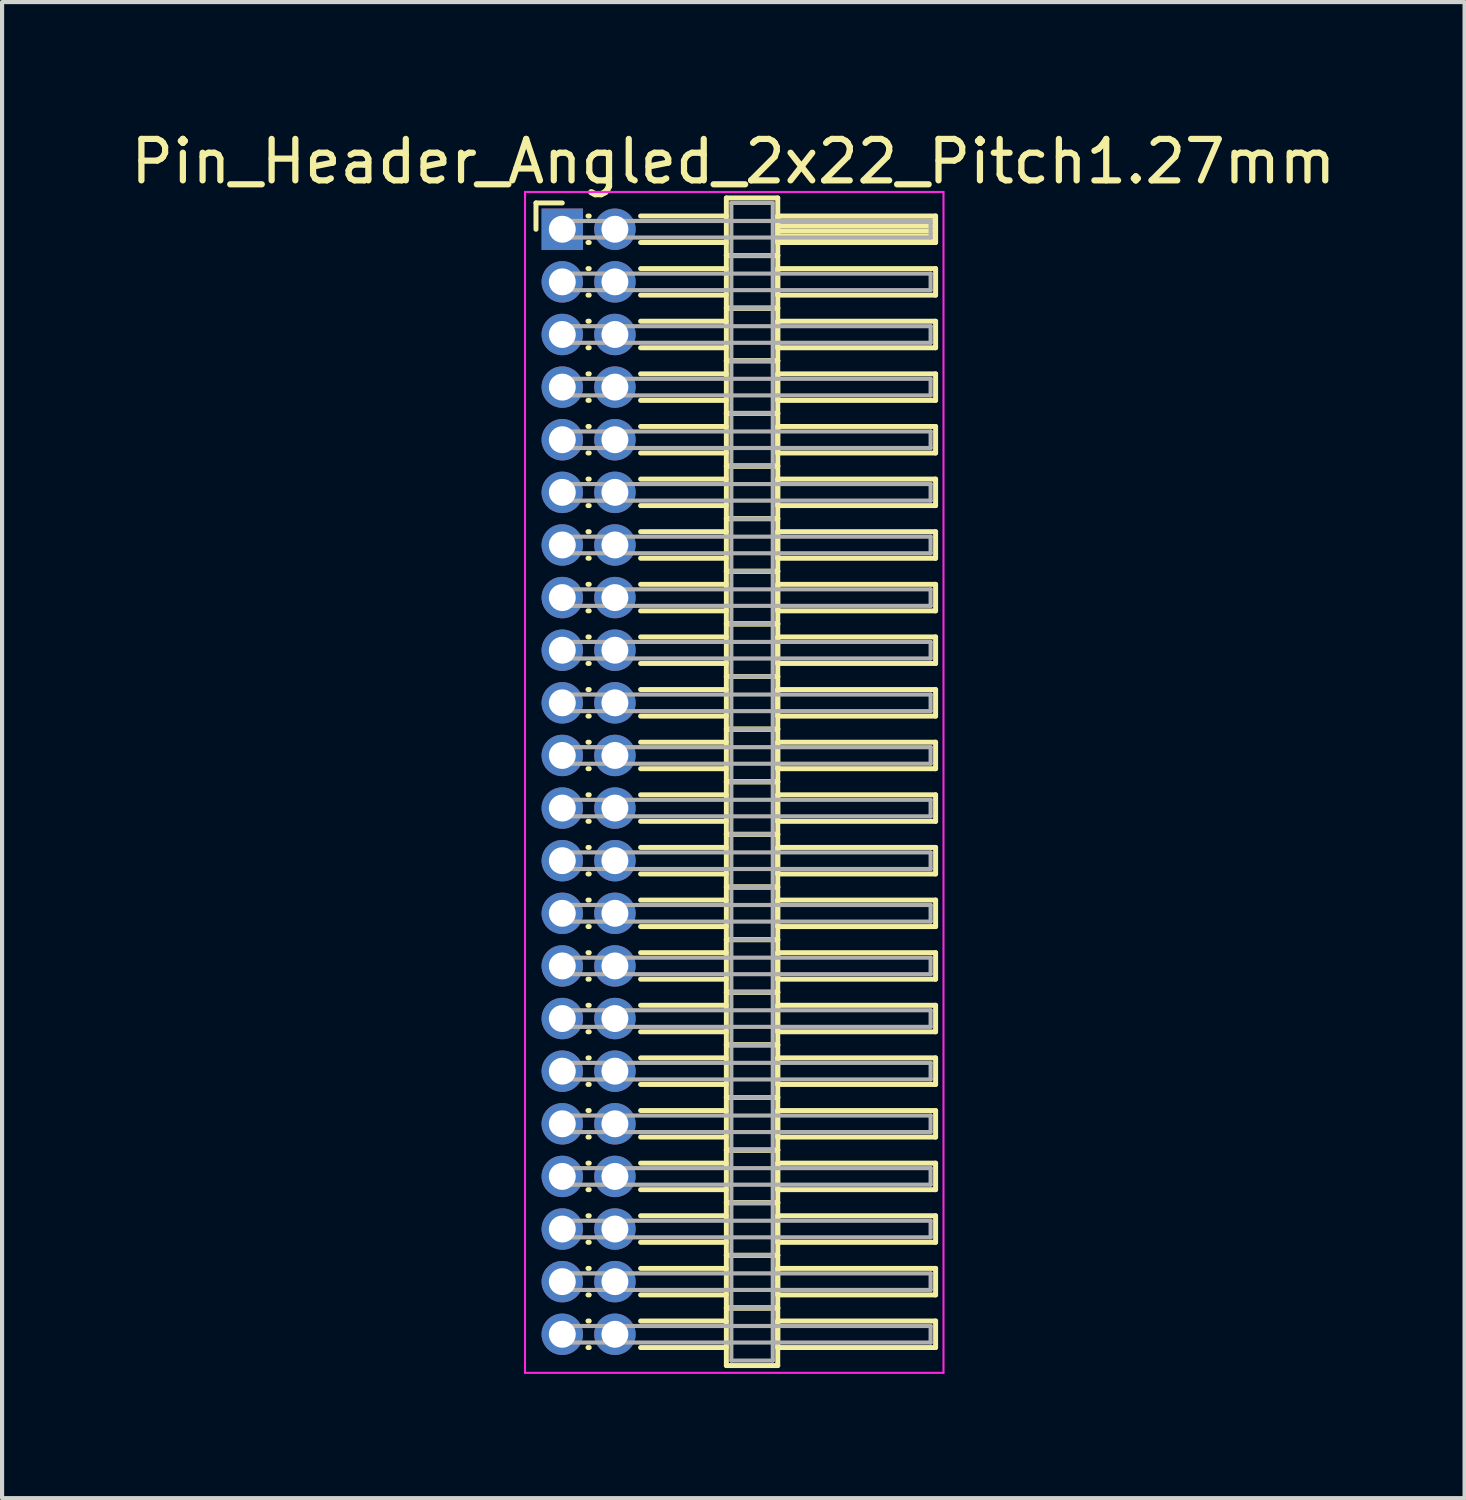
<source format=kicad_pcb>
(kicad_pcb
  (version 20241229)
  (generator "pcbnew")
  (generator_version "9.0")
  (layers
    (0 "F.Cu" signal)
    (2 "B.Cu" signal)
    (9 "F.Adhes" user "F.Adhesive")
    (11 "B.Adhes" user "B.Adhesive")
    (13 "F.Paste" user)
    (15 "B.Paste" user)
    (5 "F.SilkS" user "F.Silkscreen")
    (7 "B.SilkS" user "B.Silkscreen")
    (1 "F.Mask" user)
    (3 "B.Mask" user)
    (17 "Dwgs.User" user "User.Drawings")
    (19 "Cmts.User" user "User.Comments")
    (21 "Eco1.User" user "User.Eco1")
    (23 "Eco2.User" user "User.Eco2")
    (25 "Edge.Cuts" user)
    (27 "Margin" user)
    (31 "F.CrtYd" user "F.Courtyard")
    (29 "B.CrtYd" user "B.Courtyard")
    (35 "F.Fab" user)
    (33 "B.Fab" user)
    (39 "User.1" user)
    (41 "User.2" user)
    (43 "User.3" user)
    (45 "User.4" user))
  (footprint "Pin_Header_Angled_2x22_Pitch1.27mm"
    (layer "F.Cu")
    (at 10.521 2.483)
    (property "Reference" "Pin_Header_Angled_2x22_Pitch1.27mm" (at 4.128 -1.635 0) (layer "F.SilkS") (effects (font (size 1 1) (thickness 0.15))))
    (attr through_hole)
    (fp_line (start -0.635 -0.635) (end 0 -0.635) (stroke (width 0.12) (type solid)) (layer "F.SilkS"))
    (fp_line (start -0.635 0) (end -0.635 -0.635) (stroke (width 0.12) (type solid)) (layer "F.SilkS"))
    (fp_line (start 0.62 -0.32) (end 0.65 -0.32) (stroke (width 0.12) (type solid)) (layer "F.SilkS"))
    (fp_line (start 0.62 0.32) (end 0.65 0.32) (stroke (width 0.12) (type solid)) (layer "F.SilkS"))
    (fp_line (start 0.62 0.95) (end 0.65 0.95) (stroke (width 0.12) (type solid)) (layer "F.SilkS"))
    (fp_line (start 0.62 1.59) (end 0.65 1.59) (stroke (width 0.12) (type solid)) (layer "F.SilkS"))
    (fp_line (start 0.62 2.22) (end 0.65 2.22) (stroke (width 0.12) (type solid)) (layer "F.SilkS"))
    (fp_line (start 0.62 2.86) (end 0.65 2.86) (stroke (width 0.12) (type solid)) (layer "F.SilkS"))
    (fp_line (start 0.62 3.49) (end 0.65 3.49) (stroke (width 0.12) (type solid)) (layer "F.SilkS"))
    (fp_line (start 0.62 4.13) (end 0.65 4.13) (stroke (width 0.12) (type solid)) (layer "F.SilkS"))
    (fp_line (start 0.62 4.76) (end 0.65 4.76) (stroke (width 0.12) (type solid)) (layer "F.SilkS"))
    (fp_line (start 0.62 5.4) (end 0.65 5.4) (stroke (width 0.12) (type solid)) (layer "F.SilkS"))
    (fp_line (start 0.62 6.03) (end 0.65 6.03) (stroke (width 0.12) (type solid)) (layer "F.SilkS"))
    (fp_line (start 0.62 6.67) (end 0.65 6.67) (stroke (width 0.12) (type solid)) (layer "F.SilkS"))
    (fp_line (start 0.62 7.3) (end 0.65 7.3) (stroke (width 0.12) (type solid)) (layer "F.SilkS"))
    (fp_line (start 0.62 7.94) (end 0.65 7.94) (stroke (width 0.12) (type solid)) (layer "F.SilkS"))
    (fp_line (start 0.62 8.57) (end 0.65 8.57) (stroke (width 0.12) (type solid)) (layer "F.SilkS"))
    (fp_line (start 0.62 9.21) (end 0.65 9.21) (stroke (width 0.12) (type solid)) (layer "F.SilkS"))
    (fp_line (start 0.62 9.84) (end 0.65 9.84) (stroke (width 0.12) (type solid)) (layer "F.SilkS"))
    (fp_line (start 0.62 10.48) (end 0.65 10.48) (stroke (width 0.12) (type solid)) (layer "F.SilkS"))
    (fp_line (start 0.62 11.11) (end 0.65 11.11) (stroke (width 0.12) (type solid)) (layer "F.SilkS"))
    (fp_line (start 0.62 11.75) (end 0.65 11.75) (stroke (width 0.12) (type solid)) (layer "F.SilkS"))
    (fp_line (start 0.62 12.38) (end 0.65 12.38) (stroke (width 0.12) (type solid)) (layer "F.SilkS"))
    (fp_line (start 0.62 13.02) (end 0.65 13.02) (stroke (width 0.12) (type solid)) (layer "F.SilkS"))
    (fp_line (start 0.62 13.65) (end 0.65 13.65) (stroke (width 0.12) (type solid)) (layer "F.SilkS"))
    (fp_line (start 0.62 14.29) (end 0.65 14.29) (stroke (width 0.12) (type solid)) (layer "F.SilkS"))
    (fp_line (start 0.62 14.92) (end 0.65 14.92) (stroke (width 0.12) (type solid)) (layer "F.SilkS"))
    (fp_line (start 0.62 15.56) (end 0.65 15.56) (stroke (width 0.12) (type solid)) (layer "F.SilkS"))
    (fp_line (start 0.62 16.19) (end 0.65 16.19) (stroke (width 0.12) (type solid)) (layer "F.SilkS"))
    (fp_line (start 0.62 16.83) (end 0.65 16.83) (stroke (width 0.12) (type solid)) (layer "F.SilkS"))
    (fp_line (start 0.62 17.46) (end 0.65 17.46) (stroke (width 0.12) (type solid)) (layer "F.SilkS"))
    (fp_line (start 0.62 18.1) (end 0.65 18.1) (stroke (width 0.12) (type solid)) (layer "F.SilkS"))
    (fp_line (start 0.62 18.73) (end 0.65 18.73) (stroke (width 0.12) (type solid)) (layer "F.SilkS"))
    (fp_line (start 0.62 19.37) (end 0.65 19.37) (stroke (width 0.12) (type solid)) (layer "F.SilkS"))
    (fp_line (start 0.62 20) (end 0.65 20) (stroke (width 0.12) (type solid)) (layer "F.SilkS"))
    (fp_line (start 0.62 20.64) (end 0.65 20.64) (stroke (width 0.12) (type solid)) (layer "F.SilkS"))
    (fp_line (start 0.62 21.27) (end 0.65 21.27) (stroke (width 0.12) (type solid)) (layer "F.SilkS"))
    (fp_line (start 0.62 21.91) (end 0.65 21.91) (stroke (width 0.12) (type solid)) (layer "F.SilkS"))
    (fp_line (start 0.62 22.54) (end 0.65 22.54) (stroke (width 0.12) (type solid)) (layer "F.SilkS"))
    (fp_line (start 0.62 23.18) (end 0.65 23.18) (stroke (width 0.12) (type solid)) (layer "F.SilkS"))
    (fp_line (start 0.62 23.81) (end 0.65 23.81) (stroke (width 0.12) (type solid)) (layer "F.SilkS"))
    (fp_line (start 0.62 24.45) (end 0.65 24.45) (stroke (width 0.12) (type solid)) (layer "F.SilkS"))
    (fp_line (start 0.62 25.08) (end 0.65 25.08) (stroke (width 0.12) (type solid)) (layer "F.SilkS"))
    (fp_line (start 0.62 25.72) (end 0.65 25.72) (stroke (width 0.12) (type solid)) (layer "F.SilkS"))
    (fp_line (start 0.62 26.35) (end 0.65 26.35) (stroke (width 0.12) (type solid)) (layer "F.SilkS"))
    (fp_line (start 0.62 26.99) (end 0.65 26.99) (stroke (width 0.12) (type solid)) (layer "F.SilkS"))
    (fp_line (start 1.89 -0.32) (end 3.96 -0.32) (stroke (width 0.12) (type solid)) (layer "F.SilkS"))
    (fp_line (start 1.89 0.32) (end 3.96 0.32) (stroke (width 0.12) (type solid)) (layer "F.SilkS"))
    (fp_line (start 1.89 0.95) (end 3.96 0.95) (stroke (width 0.12) (type solid)) (layer "F.SilkS"))
    (fp_line (start 1.89 1.59) (end 3.96 1.59) (stroke (width 0.12) (type solid)) (layer "F.SilkS"))
    (fp_line (start 1.89 2.22) (end 3.96 2.22) (stroke (width 0.12) (type solid)) (layer "F.SilkS"))
    (fp_line (start 1.89 2.86) (end 3.96 2.86) (stroke (width 0.12) (type solid)) (layer "F.SilkS"))
    (fp_line (start 1.89 3.49) (end 3.96 3.49) (stroke (width 0.12) (type solid)) (layer "F.SilkS"))
    (fp_line (start 1.89 4.13) (end 3.96 4.13) (stroke (width 0.12) (type solid)) (layer "F.SilkS"))
    (fp_line (start 1.89 4.76) (end 3.96 4.76) (stroke (width 0.12) (type solid)) (layer "F.SilkS"))
    (fp_line (start 1.89 5.4) (end 3.96 5.4) (stroke (width 0.12) (type solid)) (layer "F.SilkS"))
    (fp_line (start 1.89 6.03) (end 3.96 6.03) (stroke (width 0.12) (type solid)) (layer "F.SilkS"))
    (fp_line (start 1.89 6.67) (end 3.96 6.67) (stroke (width 0.12) (type solid)) (layer "F.SilkS"))
    (fp_line (start 1.89 7.3) (end 3.96 7.3) (stroke (width 0.12) (type solid)) (layer "F.SilkS"))
    (fp_line (start 1.89 7.94) (end 3.96 7.94) (stroke (width 0.12) (type solid)) (layer "F.SilkS"))
    (fp_line (start 1.89 8.57) (end 3.96 8.57) (stroke (width 0.12) (type solid)) (layer "F.SilkS"))
    (fp_line (start 1.89 9.21) (end 3.96 9.21) (stroke (width 0.12) (type solid)) (layer "F.SilkS"))
    (fp_line (start 1.89 9.84) (end 3.96 9.84) (stroke (width 0.12) (type solid)) (layer "F.SilkS"))
    (fp_line (start 1.89 10.48) (end 3.96 10.48) (stroke (width 0.12) (type solid)) (layer "F.SilkS"))
    (fp_line (start 1.89 11.11) (end 3.96 11.11) (stroke (width 0.12) (type solid)) (layer "F.SilkS"))
    (fp_line (start 1.89 11.75) (end 3.96 11.75) (stroke (width 0.12) (type solid)) (layer "F.SilkS"))
    (fp_line (start 1.89 12.38) (end 3.96 12.38) (stroke (width 0.12) (type solid)) (layer "F.SilkS"))
    (fp_line (start 1.89 13.02) (end 3.96 13.02) (stroke (width 0.12) (type solid)) (layer "F.SilkS"))
    (fp_line (start 1.89 13.65) (end 3.96 13.65) (stroke (width 0.12) (type solid)) (layer "F.SilkS"))
    (fp_line (start 1.89 14.29) (end 3.96 14.29) (stroke (width 0.12) (type solid)) (layer "F.SilkS"))
    (fp_line (start 1.89 14.92) (end 3.96 14.92) (stroke (width 0.12) (type solid)) (layer "F.SilkS"))
    (fp_line (start 1.89 15.56) (end 3.96 15.56) (stroke (width 0.12) (type solid)) (layer "F.SilkS"))
    (fp_line (start 1.89 16.19) (end 3.96 16.19) (stroke (width 0.12) (type solid)) (layer "F.SilkS"))
    (fp_line (start 1.89 16.83) (end 3.96 16.83) (stroke (width 0.12) (type solid)) (layer "F.SilkS"))
    (fp_line (start 1.89 17.46) (end 3.96 17.46) (stroke (width 0.12) (type solid)) (layer "F.SilkS"))
    (fp_line (start 1.89 18.1) (end 3.96 18.1) (stroke (width 0.12) (type solid)) (layer "F.SilkS"))
    (fp_line (start 1.89 18.73) (end 3.96 18.73) (stroke (width 0.12) (type solid)) (layer "F.SilkS"))
    (fp_line (start 1.89 19.37) (end 3.96 19.37) (stroke (width 0.12) (type solid)) (layer "F.SilkS"))
    (fp_line (start 1.89 20) (end 3.96 20) (stroke (width 0.12) (type solid)) (layer "F.SilkS"))
    (fp_line (start 1.89 20.64) (end 3.96 20.64) (stroke (width 0.12) (type solid)) (layer "F.SilkS"))
    (fp_line (start 1.89 21.27) (end 3.96 21.27) (stroke (width 0.12) (type solid)) (layer "F.SilkS"))
    (fp_line (start 1.89 21.91) (end 3.96 21.91) (stroke (width 0.12) (type solid)) (layer "F.SilkS"))
    (fp_line (start 1.89 22.54) (end 3.96 22.54) (stroke (width 0.12) (type solid)) (layer "F.SilkS"))
    (fp_line (start 1.89 23.18) (end 3.96 23.18) (stroke (width 0.12) (type solid)) (layer "F.SilkS"))
    (fp_line (start 1.89 23.81) (end 3.96 23.81) (stroke (width 0.12) (type solid)) (layer "F.SilkS"))
    (fp_line (start 1.89 24.45) (end 3.96 24.45) (stroke (width 0.12) (type solid)) (layer "F.SilkS"))
    (fp_line (start 1.89 25.08) (end 3.96 25.08) (stroke (width 0.12) (type solid)) (layer "F.SilkS"))
    (fp_line (start 1.89 25.72) (end 3.96 25.72) (stroke (width 0.12) (type solid)) (layer "F.SilkS"))
    (fp_line (start 1.89 26.35) (end 3.96 26.35) (stroke (width 0.12) (type solid)) (layer "F.SilkS"))
    (fp_line (start 1.89 26.99) (end 3.96 26.99) (stroke (width 0.12) (type solid)) (layer "F.SilkS"))
    (fp_line (start 3.96 -0.755) (end 3.96 0.635) (stroke (width 0.12) (type solid)) (layer "F.SilkS"))
    (fp_line (start 3.96 0.635) (end 3.96 1.905) (stroke (width 0.12) (type solid)) (layer "F.SilkS"))
    (fp_line (start 3.96 0.635) (end 5.2 0.635) (stroke (width 0.12) (type solid)) (layer "F.SilkS"))
    (fp_line (start 3.96 1.905) (end 3.96 3.175) (stroke (width 0.12) (type solid)) (layer "F.SilkS"))
    (fp_line (start 3.96 1.905) (end 5.2 1.905) (stroke (width 0.12) (type solid)) (layer "F.SilkS"))
    (fp_line (start 3.96 3.175) (end 3.96 4.445) (stroke (width 0.12) (type solid)) (layer "F.SilkS"))
    (fp_line (start 3.96 3.175) (end 5.2 3.175) (stroke (width 0.12) (type solid)) (layer "F.SilkS"))
    (fp_line (start 3.96 4.445) (end 3.96 5.715) (stroke (width 0.12) (type solid)) (layer "F.SilkS"))
    (fp_line (start 3.96 4.445) (end 5.2 4.445) (stroke (width 0.12) (type solid)) (layer "F.SilkS"))
    (fp_line (start 3.96 5.715) (end 3.96 6.985) (stroke (width 0.12) (type solid)) (layer "F.SilkS"))
    (fp_line (start 3.96 5.715) (end 5.2 5.715) (stroke (width 0.12) (type solid)) (layer "F.SilkS"))
    (fp_line (start 3.96 6.985) (end 3.96 8.255) (stroke (width 0.12) (type solid)) (layer "F.SilkS"))
    (fp_line (start 3.96 6.985) (end 5.2 6.985) (stroke (width 0.12) (type solid)) (layer "F.SilkS"))
    (fp_line (start 3.96 8.255) (end 3.96 9.525) (stroke (width 0.12) (type solid)) (layer "F.SilkS"))
    (fp_line (start 3.96 8.255) (end 5.2 8.255) (stroke (width 0.12) (type solid)) (layer "F.SilkS"))
    (fp_line (start 3.96 9.525) (end 3.96 10.795) (stroke (width 0.12) (type solid)) (layer "F.SilkS"))
    (fp_line (start 3.96 9.525) (end 5.2 9.525) (stroke (width 0.12) (type solid)) (layer "F.SilkS"))
    (fp_line (start 3.96 10.795) (end 3.96 12.065) (stroke (width 0.12) (type solid)) (layer "F.SilkS"))
    (fp_line (start 3.96 10.795) (end 5.2 10.795) (stroke (width 0.12) (type solid)) (layer "F.SilkS"))
    (fp_line (start 3.96 12.065) (end 3.96 13.335) (stroke (width 0.12) (type solid)) (layer "F.SilkS"))
    (fp_line (start 3.96 12.065) (end 5.2 12.065) (stroke (width 0.12) (type solid)) (layer "F.SilkS"))
    (fp_line (start 3.96 13.335) (end 3.96 14.605) (stroke (width 0.12) (type solid)) (layer "F.SilkS"))
    (fp_line (start 3.96 13.335) (end 5.2 13.335) (stroke (width 0.12) (type solid)) (layer "F.SilkS"))
    (fp_line (start 3.96 14.605) (end 3.96 15.875) (stroke (width 0.12) (type solid)) (layer "F.SilkS"))
    (fp_line (start 3.96 14.605) (end 5.2 14.605) (stroke (width 0.12) (type solid)) (layer "F.SilkS"))
    (fp_line (start 3.96 15.875) (end 3.96 17.145) (stroke (width 0.12) (type solid)) (layer "F.SilkS"))
    (fp_line (start 3.96 15.875) (end 5.2 15.875) (stroke (width 0.12) (type solid)) (layer "F.SilkS"))
    (fp_line (start 3.96 17.145) (end 3.96 18.415) (stroke (width 0.12) (type solid)) (layer "F.SilkS"))
    (fp_line (start 3.96 17.145) (end 5.2 17.145) (stroke (width 0.12) (type solid)) (layer "F.SilkS"))
    (fp_line (start 3.96 18.415) (end 3.96 19.685) (stroke (width 0.12) (type solid)) (layer "F.SilkS"))
    (fp_line (start 3.96 18.415) (end 5.2 18.415) (stroke (width 0.12) (type solid)) (layer "F.SilkS"))
    (fp_line (start 3.96 19.685) (end 3.96 20.955) (stroke (width 0.12) (type solid)) (layer "F.SilkS"))
    (fp_line (start 3.96 19.685) (end 5.2 19.685) (stroke (width 0.12) (type solid)) (layer "F.SilkS"))
    (fp_line (start 3.96 20.955) (end 3.96 22.225) (stroke (width 0.12) (type solid)) (layer "F.SilkS"))
    (fp_line (start 3.96 20.955) (end 5.2 20.955) (stroke (width 0.12) (type solid)) (layer "F.SilkS"))
    (fp_line (start 3.96 22.225) (end 3.96 23.495) (stroke (width 0.12) (type solid)) (layer "F.SilkS"))
    (fp_line (start 3.96 22.225) (end 5.2 22.225) (stroke (width 0.12) (type solid)) (layer "F.SilkS"))
    (fp_line (start 3.96 23.495) (end 3.96 24.765) (stroke (width 0.12) (type solid)) (layer "F.SilkS"))
    (fp_line (start 3.96 23.495) (end 5.2 23.495) (stroke (width 0.12) (type solid)) (layer "F.SilkS"))
    (fp_line (start 3.96 24.765) (end 3.96 26.035) (stroke (width 0.12) (type solid)) (layer "F.SilkS"))
    (fp_line (start 3.96 24.765) (end 5.2 24.765) (stroke (width 0.12) (type solid)) (layer "F.SilkS"))
    (fp_line (start 3.96 26.035) (end 3.96 27.425) (stroke (width 0.12) (type solid)) (layer "F.SilkS"))
    (fp_line (start 3.96 26.035) (end 5.2 26.035) (stroke (width 0.12) (type solid)) (layer "F.SilkS"))
    (fp_line (start 3.96 27.425) (end 5.2 27.425) (stroke (width 0.12) (type solid)) (layer "F.SilkS"))
    (fp_line (start 5.2 -0.755) (end 3.96 -0.755) (stroke (width 0.12) (type solid)) (layer "F.SilkS"))
    (fp_line (start 5.2 -0.32) (end 5.2 0.32) (stroke (width 0.12) (type solid)) (layer "F.SilkS"))
    (fp_line (start 5.2 -0.2) (end 9.01 -0.2) (stroke (width 0.12) (type solid)) (layer "F.SilkS"))
    (fp_line (start 5.2 -0.08) (end 9.01 -0.08) (stroke (width 0.12) (type solid)) (layer "F.SilkS"))
    (fp_line (start 5.2 0.04) (end 9.01 0.04) (stroke (width 0.12) (type solid)) (layer "F.SilkS"))
    (fp_line (start 5.2 0.16) (end 9.01 0.16) (stroke (width 0.12) (type solid)) (layer "F.SilkS"))
    (fp_line (start 5.2 0.28) (end 9.01 0.28) (stroke (width 0.12) (type solid)) (layer "F.SilkS"))
    (fp_line (start 5.2 0.32) (end 9.01 0.32) (stroke (width 0.12) (type solid)) (layer "F.SilkS"))
    (fp_line (start 5.2 0.635) (end 3.96 0.635) (stroke (width 0.12) (type solid)) (layer "F.SilkS"))
    (fp_line (start 5.2 0.635) (end 5.2 -0.755) (stroke (width 0.12) (type solid)) (layer "F.SilkS"))
    (fp_line (start 5.2 0.95) (end 5.2 1.59) (stroke (width 0.12) (type solid)) (layer "F.SilkS"))
    (fp_line (start 5.2 1.59) (end 9.01 1.59) (stroke (width 0.12) (type solid)) (layer "F.SilkS"))
    (fp_line (start 5.2 1.905) (end 3.96 1.905) (stroke (width 0.12) (type solid)) (layer "F.SilkS"))
    (fp_line (start 5.2 1.905) (end 5.2 0.635) (stroke (width 0.12) (type solid)) (layer "F.SilkS"))
    (fp_line (start 5.2 2.22) (end 5.2 2.86) (stroke (width 0.12) (type solid)) (layer "F.SilkS"))
    (fp_line (start 5.2 2.86) (end 9.01 2.86) (stroke (width 0.12) (type solid)) (layer "F.SilkS"))
    (fp_line (start 5.2 3.175) (end 3.96 3.175) (stroke (width 0.12) (type solid)) (layer "F.SilkS"))
    (fp_line (start 5.2 3.175) (end 5.2 1.905) (stroke (width 0.12) (type solid)) (layer "F.SilkS"))
    (fp_line (start 5.2 3.49) (end 5.2 4.13) (stroke (width 0.12) (type solid)) (layer "F.SilkS"))
    (fp_line (start 5.2 4.13) (end 9.01 4.13) (stroke (width 0.12) (type solid)) (layer "F.SilkS"))
    (fp_line (start 5.2 4.445) (end 3.96 4.445) (stroke (width 0.12) (type solid)) (layer "F.SilkS"))
    (fp_line (start 5.2 4.445) (end 5.2 3.175) (stroke (width 0.12) (type solid)) (layer "F.SilkS"))
    (fp_line (start 5.2 4.76) (end 5.2 5.4) (stroke (width 0.12) (type solid)) (layer "F.SilkS"))
    (fp_line (start 5.2 5.4) (end 9.01 5.4) (stroke (width 0.12) (type solid)) (layer "F.SilkS"))
    (fp_line (start 5.2 5.715) (end 3.96 5.715) (stroke (width 0.12) (type solid)) (layer "F.SilkS"))
    (fp_line (start 5.2 5.715) (end 5.2 4.445) (stroke (width 0.12) (type solid)) (layer "F.SilkS"))
    (fp_line (start 5.2 6.03) (end 5.2 6.67) (stroke (width 0.12) (type solid)) (layer "F.SilkS"))
    (fp_line (start 5.2 6.67) (end 9.01 6.67) (stroke (width 0.12) (type solid)) (layer "F.SilkS"))
    (fp_line (start 5.2 6.985) (end 3.96 6.985) (stroke (width 0.12) (type solid)) (layer "F.SilkS"))
    (fp_line (start 5.2 6.985) (end 5.2 5.715) (stroke (width 0.12) (type solid)) (layer "F.SilkS"))
    (fp_line (start 5.2 7.3) (end 5.2 7.94) (stroke (width 0.12) (type solid)) (layer "F.SilkS"))
    (fp_line (start 5.2 7.94) (end 9.01 7.94) (stroke (width 0.12) (type solid)) (layer "F.SilkS"))
    (fp_line (start 5.2 8.255) (end 3.96 8.255) (stroke (width 0.12) (type solid)) (layer "F.SilkS"))
    (fp_line (start 5.2 8.255) (end 5.2 6.985) (stroke (width 0.12) (type solid)) (layer "F.SilkS"))
    (fp_line (start 5.2 8.57) (end 5.2 9.21) (stroke (width 0.12) (type solid)) (layer "F.SilkS"))
    (fp_line (start 5.2 9.21) (end 9.01 9.21) (stroke (width 0.12) (type solid)) (layer "F.SilkS"))
    (fp_line (start 5.2 9.525) (end 3.96 9.525) (stroke (width 0.12) (type solid)) (layer "F.SilkS"))
    (fp_line (start 5.2 9.525) (end 5.2 8.255) (stroke (width 0.12) (type solid)) (layer "F.SilkS"))
    (fp_line (start 5.2 9.84) (end 5.2 10.48) (stroke (width 0.12) (type solid)) (layer "F.SilkS"))
    (fp_line (start 5.2 10.48) (end 9.01 10.48) (stroke (width 0.12) (type solid)) (layer "F.SilkS"))
    (fp_line (start 5.2 10.795) (end 3.96 10.795) (stroke (width 0.12) (type solid)) (layer "F.SilkS"))
    (fp_line (start 5.2 10.795) (end 5.2 9.525) (stroke (width 0.12) (type solid)) (layer "F.SilkS"))
    (fp_line (start 5.2 11.11) (end 5.2 11.75) (stroke (width 0.12) (type solid)) (layer "F.SilkS"))
    (fp_line (start 5.2 11.75) (end 9.01 11.75) (stroke (width 0.12) (type solid)) (layer "F.SilkS"))
    (fp_line (start 5.2 12.065) (end 3.96 12.065) (stroke (width 0.12) (type solid)) (layer "F.SilkS"))
    (fp_line (start 5.2 12.065) (end 5.2 10.795) (stroke (width 0.12) (type solid)) (layer "F.SilkS"))
    (fp_line (start 5.2 12.38) (end 5.2 13.02) (stroke (width 0.12) (type solid)) (layer "F.SilkS"))
    (fp_line (start 5.2 13.02) (end 9.01 13.02) (stroke (width 0.12) (type solid)) (layer "F.SilkS"))
    (fp_line (start 5.2 13.335) (end 3.96 13.335) (stroke (width 0.12) (type solid)) (layer "F.SilkS"))
    (fp_line (start 5.2 13.335) (end 5.2 12.065) (stroke (width 0.12) (type solid)) (layer "F.SilkS"))
    (fp_line (start 5.2 13.65) (end 5.2 14.29) (stroke (width 0.12) (type solid)) (layer "F.SilkS"))
    (fp_line (start 5.2 14.29) (end 9.01 14.29) (stroke (width 0.12) (type solid)) (layer "F.SilkS"))
    (fp_line (start 5.2 14.605) (end 3.96 14.605) (stroke (width 0.12) (type solid)) (layer "F.SilkS"))
    (fp_line (start 5.2 14.605) (end 5.2 13.335) (stroke (width 0.12) (type solid)) (layer "F.SilkS"))
    (fp_line (start 5.2 14.92) (end 5.2 15.56) (stroke (width 0.12) (type solid)) (layer "F.SilkS"))
    (fp_line (start 5.2 15.56) (end 9.01 15.56) (stroke (width 0.12) (type solid)) (layer "F.SilkS"))
    (fp_line (start 5.2 15.875) (end 3.96 15.875) (stroke (width 0.12) (type solid)) (layer "F.SilkS"))
    (fp_line (start 5.2 15.875) (end 5.2 14.605) (stroke (width 0.12) (type solid)) (layer "F.SilkS"))
    (fp_line (start 5.2 16.19) (end 5.2 16.83) (stroke (width 0.12) (type solid)) (layer "F.SilkS"))
    (fp_line (start 5.2 16.83) (end 9.01 16.83) (stroke (width 0.12) (type solid)) (layer "F.SilkS"))
    (fp_line (start 5.2 17.145) (end 3.96 17.145) (stroke (width 0.12) (type solid)) (layer "F.SilkS"))
    (fp_line (start 5.2 17.145) (end 5.2 15.875) (stroke (width 0.12) (type solid)) (layer "F.SilkS"))
    (fp_line (start 5.2 17.46) (end 5.2 18.1) (stroke (width 0.12) (type solid)) (layer "F.SilkS"))
    (fp_line (start 5.2 18.1) (end 9.01 18.1) (stroke (width 0.12) (type solid)) (layer "F.SilkS"))
    (fp_line (start 5.2 18.415) (end 3.96 18.415) (stroke (width 0.12) (type solid)) (layer "F.SilkS"))
    (fp_line (start 5.2 18.415) (end 5.2 17.145) (stroke (width 0.12) (type solid)) (layer "F.SilkS"))
    (fp_line (start 5.2 18.73) (end 5.2 19.37) (stroke (width 0.12) (type solid)) (layer "F.SilkS"))
    (fp_line (start 5.2 19.37) (end 9.01 19.37) (stroke (width 0.12) (type solid)) (layer "F.SilkS"))
    (fp_line (start 5.2 19.685) (end 3.96 19.685) (stroke (width 0.12) (type solid)) (layer "F.SilkS"))
    (fp_line (start 5.2 19.685) (end 5.2 18.415) (stroke (width 0.12) (type solid)) (layer "F.SilkS"))
    (fp_line (start 5.2 20) (end 5.2 20.64) (stroke (width 0.12) (type solid)) (layer "F.SilkS"))
    (fp_line (start 5.2 20.64) (end 9.01 20.64) (stroke (width 0.12) (type solid)) (layer "F.SilkS"))
    (fp_line (start 5.2 20.955) (end 3.96 20.955) (stroke (width 0.12) (type solid)) (layer "F.SilkS"))
    (fp_line (start 5.2 20.955) (end 5.2 19.685) (stroke (width 0.12) (type solid)) (layer "F.SilkS"))
    (fp_line (start 5.2 21.27) (end 5.2 21.91) (stroke (width 0.12) (type solid)) (layer "F.SilkS"))
    (fp_line (start 5.2 21.91) (end 9.01 21.91) (stroke (width 0.12) (type solid)) (layer "F.SilkS"))
    (fp_line (start 5.2 22.225) (end 3.96 22.225) (stroke (width 0.12) (type solid)) (layer "F.SilkS"))
    (fp_line (start 5.2 22.225) (end 5.2 20.955) (stroke (width 0.12) (type solid)) (layer "F.SilkS"))
    (fp_line (start 5.2 22.54) (end 5.2 23.18) (stroke (width 0.12) (type solid)) (layer "F.SilkS"))
    (fp_line (start 5.2 23.18) (end 9.01 23.18) (stroke (width 0.12) (type solid)) (layer "F.SilkS"))
    (fp_line (start 5.2 23.495) (end 3.96 23.495) (stroke (width 0.12) (type solid)) (layer "F.SilkS"))
    (fp_line (start 5.2 23.495) (end 5.2 22.225) (stroke (width 0.12) (type solid)) (layer "F.SilkS"))
    (fp_line (start 5.2 23.81) (end 5.2 24.45) (stroke (width 0.12) (type solid)) (layer "F.SilkS"))
    (fp_line (start 5.2 24.45) (end 9.01 24.45) (stroke (width 0.12) (type solid)) (layer "F.SilkS"))
    (fp_line (start 5.2 24.765) (end 3.96 24.765) (stroke (width 0.12) (type solid)) (layer "F.SilkS"))
    (fp_line (start 5.2 24.765) (end 5.2 23.495) (stroke (width 0.12) (type solid)) (layer "F.SilkS"))
    (fp_line (start 5.2 25.08) (end 5.2 25.72) (stroke (width 0.12) (type solid)) (layer "F.SilkS"))
    (fp_line (start 5.2 25.72) (end 9.01 25.72) (stroke (width 0.12) (type solid)) (layer "F.SilkS"))
    (fp_line (start 5.2 26.035) (end 3.96 26.035) (stroke (width 0.12) (type solid)) (layer "F.SilkS"))
    (fp_line (start 5.2 26.035) (end 5.2 24.765) (stroke (width 0.12) (type solid)) (layer "F.SilkS"))
    (fp_line (start 5.2 26.35) (end 5.2 26.99) (stroke (width 0.12) (type solid)) (layer "F.SilkS"))
    (fp_line (start 5.2 26.99) (end 9.01 26.99) (stroke (width 0.12) (type solid)) (layer "F.SilkS"))
    (fp_line (start 5.2 27.425) (end 5.2 26.035) (stroke (width 0.12) (type solid)) (layer "F.SilkS"))
    (fp_line (start 9.01 -0.32) (end 5.2 -0.32) (stroke (width 0.12) (type solid)) (layer "F.SilkS"))
    (fp_line (start 9.01 0.32) (end 9.01 -0.32) (stroke (width 0.12) (type solid)) (layer "F.SilkS"))
    (fp_line (start 9.01 0.95) (end 5.2 0.95) (stroke (width 0.12) (type solid)) (layer "F.SilkS"))
    (fp_line (start 9.01 1.59) (end 9.01 0.95) (stroke (width 0.12) (type solid)) (layer "F.SilkS"))
    (fp_line (start 9.01 2.22) (end 5.2 2.22) (stroke (width 0.12) (type solid)) (layer "F.SilkS"))
    (fp_line (start 9.01 2.86) (end 9.01 2.22) (stroke (width 0.12) (type solid)) (layer "F.SilkS"))
    (fp_line (start 9.01 3.49) (end 5.2 3.49) (stroke (width 0.12) (type solid)) (layer "F.SilkS"))
    (fp_line (start 9.01 4.13) (end 9.01 3.49) (stroke (width 0.12) (type solid)) (layer "F.SilkS"))
    (fp_line (start 9.01 4.76) (end 5.2 4.76) (stroke (width 0.12) (type solid)) (layer "F.SilkS"))
    (fp_line (start 9.01 5.4) (end 9.01 4.76) (stroke (width 0.12) (type solid)) (layer "F.SilkS"))
    (fp_line (start 9.01 6.03) (end 5.2 6.03) (stroke (width 0.12) (type solid)) (layer "F.SilkS"))
    (fp_line (start 9.01 6.67) (end 9.01 6.03) (stroke (width 0.12) (type solid)) (layer "F.SilkS"))
    (fp_line (start 9.01 7.3) (end 5.2 7.3) (stroke (width 0.12) (type solid)) (layer "F.SilkS"))
    (fp_line (start 9.01 7.94) (end 9.01 7.3) (stroke (width 0.12) (type solid)) (layer "F.SilkS"))
    (fp_line (start 9.01 8.57) (end 5.2 8.57) (stroke (width 0.12) (type solid)) (layer "F.SilkS"))
    (fp_line (start 9.01 9.21) (end 9.01 8.57) (stroke (width 0.12) (type solid)) (layer "F.SilkS"))
    (fp_line (start 9.01 9.84) (end 5.2 9.84) (stroke (width 0.12) (type solid)) (layer "F.SilkS"))
    (fp_line (start 9.01 10.48) (end 9.01 9.84) (stroke (width 0.12) (type solid)) (layer "F.SilkS"))
    (fp_line (start 9.01 11.11) (end 5.2 11.11) (stroke (width 0.12) (type solid)) (layer "F.SilkS"))
    (fp_line (start 9.01 11.75) (end 9.01 11.11) (stroke (width 0.12) (type solid)) (layer "F.SilkS"))
    (fp_line (start 9.01 12.38) (end 5.2 12.38) (stroke (width 0.12) (type solid)) (layer "F.SilkS"))
    (fp_line (start 9.01 13.02) (end 9.01 12.38) (stroke (width 0.12) (type solid)) (layer "F.SilkS"))
    (fp_line (start 9.01 13.65) (end 5.2 13.65) (stroke (width 0.12) (type solid)) (layer "F.SilkS"))
    (fp_line (start 9.01 14.29) (end 9.01 13.65) (stroke (width 0.12) (type solid)) (layer "F.SilkS"))
    (fp_line (start 9.01 14.92) (end 5.2 14.92) (stroke (width 0.12) (type solid)) (layer "F.SilkS"))
    (fp_line (start 9.01 15.56) (end 9.01 14.92) (stroke (width 0.12) (type solid)) (layer "F.SilkS"))
    (fp_line (start 9.01 16.19) (end 5.2 16.19) (stroke (width 0.12) (type solid)) (layer "F.SilkS"))
    (fp_line (start 9.01 16.83) (end 9.01 16.19) (stroke (width 0.12) (type solid)) (layer "F.SilkS"))
    (fp_line (start 9.01 17.46) (end 5.2 17.46) (stroke (width 0.12) (type solid)) (layer "F.SilkS"))
    (fp_line (start 9.01 18.1) (end 9.01 17.46) (stroke (width 0.12) (type solid)) (layer "F.SilkS"))
    (fp_line (start 9.01 18.73) (end 5.2 18.73) (stroke (width 0.12) (type solid)) (layer "F.SilkS"))
    (fp_line (start 9.01 19.37) (end 9.01 18.73) (stroke (width 0.12) (type solid)) (layer "F.SilkS"))
    (fp_line (start 9.01 20) (end 5.2 20) (stroke (width 0.12) (type solid)) (layer "F.SilkS"))
    (fp_line (start 9.01 20.64) (end 9.01 20) (stroke (width 0.12) (type solid)) (layer "F.SilkS"))
    (fp_line (start 9.01 21.27) (end 5.2 21.27) (stroke (width 0.12) (type solid)) (layer "F.SilkS"))
    (fp_line (start 9.01 21.91) (end 9.01 21.27) (stroke (width 0.12) (type solid)) (layer "F.SilkS"))
    (fp_line (start 9.01 22.54) (end 5.2 22.54) (stroke (width 0.12) (type solid)) (layer "F.SilkS"))
    (fp_line (start 9.01 23.18) (end 9.01 22.54) (stroke (width 0.12) (type solid)) (layer "F.SilkS"))
    (fp_line (start 9.01 23.81) (end 5.2 23.81) (stroke (width 0.12) (type solid)) (layer "F.SilkS"))
    (fp_line (start 9.01 24.45) (end 9.01 23.81) (stroke (width 0.12) (type solid)) (layer "F.SilkS"))
    (fp_line (start 9.01 25.08) (end 5.2 25.08) (stroke (width 0.12) (type solid)) (layer "F.SilkS"))
    (fp_line (start 9.01 25.72) (end 9.01 25.08) (stroke (width 0.12) (type solid)) (layer "F.SilkS"))
    (fp_line (start 9.01 26.35) (end 5.2 26.35) (stroke (width 0.12) (type solid)) (layer "F.SilkS"))
    (fp_line (start 9.01 26.99) (end 9.01 26.35) (stroke (width 0.12) (type solid)) (layer "F.SilkS"))
    (fp_line (start -0.9 -0.9) (end -0.9 27.6) (stroke (width 0.05) (type solid)) (layer "F.CrtYd"))
    (fp_line (start -0.9 27.6) (end 9.2 27.6) (stroke (width 0.05) (type solid)) (layer "F.CrtYd"))
    (fp_line (start 9.2 -0.9) (end -0.9 -0.9) (stroke (width 0.05) (type solid)) (layer "F.CrtYd"))
    (fp_line (start 9.2 27.6) (end 9.2 -0.9) (stroke (width 0.05) (type solid)) (layer "F.CrtYd"))
    (fp_line (start 0 -0.2) (end 0 0.2) (stroke (width 0.1) (type solid)) (layer "F.Fab"))
    (fp_line (start 0 0.2) (end 8.89 0.2) (stroke (width 0.1) (type solid)) (layer "F.Fab"))
    (fp_line (start 0 1.07) (end 0 1.47) (stroke (width 0.1) (type solid)) (layer "F.Fab"))
    (fp_line (start 0 1.47) (end 8.89 1.47) (stroke (width 0.1) (type solid)) (layer "F.Fab"))
    (fp_line (start 0 2.34) (end 0 2.74) (stroke (width 0.1) (type solid)) (layer "F.Fab"))
    (fp_line (start 0 2.74) (end 8.89 2.74) (stroke (width 0.1) (type solid)) (layer "F.Fab"))
    (fp_line (start 0 3.61) (end 0 4.01) (stroke (width 0.1) (type solid)) (layer "F.Fab"))
    (fp_line (start 0 4.01) (end 8.89 4.01) (stroke (width 0.1) (type solid)) (layer "F.Fab"))
    (fp_line (start 0 4.88) (end 0 5.28) (stroke (width 0.1) (type solid)) (layer "F.Fab"))
    (fp_line (start 0 5.28) (end 8.89 5.28) (stroke (width 0.1) (type solid)) (layer "F.Fab"))
    (fp_line (start 0 6.15) (end 0 6.55) (stroke (width 0.1) (type solid)) (layer "F.Fab"))
    (fp_line (start 0 6.55) (end 8.89 6.55) (stroke (width 0.1) (type solid)) (layer "F.Fab"))
    (fp_line (start 0 7.42) (end 0 7.82) (stroke (width 0.1) (type solid)) (layer "F.Fab"))
    (fp_line (start 0 7.82) (end 8.89 7.82) (stroke (width 0.1) (type solid)) (layer "F.Fab"))
    (fp_line (start 0 8.69) (end 0 9.09) (stroke (width 0.1) (type solid)) (layer "F.Fab"))
    (fp_line (start 0 9.09) (end 8.89 9.09) (stroke (width 0.1) (type solid)) (layer "F.Fab"))
    (fp_line (start 0 9.96) (end 0 10.36) (stroke (width 0.1) (type solid)) (layer "F.Fab"))
    (fp_line (start 0 10.36) (end 8.89 10.36) (stroke (width 0.1) (type solid)) (layer "F.Fab"))
    (fp_line (start 0 11.23) (end 0 11.63) (stroke (width 0.1) (type solid)) (layer "F.Fab"))
    (fp_line (start 0 11.63) (end 8.89 11.63) (stroke (width 0.1) (type solid)) (layer "F.Fab"))
    (fp_line (start 0 12.5) (end 0 12.9) (stroke (width 0.1) (type solid)) (layer "F.Fab"))
    (fp_line (start 0 12.9) (end 8.89 12.9) (stroke (width 0.1) (type solid)) (layer "F.Fab"))
    (fp_line (start 0 13.77) (end 0 14.17) (stroke (width 0.1) (type solid)) (layer "F.Fab"))
    (fp_line (start 0 14.17) (end 8.89 14.17) (stroke (width 0.1) (type solid)) (layer "F.Fab"))
    (fp_line (start 0 15.04) (end 0 15.44) (stroke (width 0.1) (type solid)) (layer "F.Fab"))
    (fp_line (start 0 15.44) (end 8.89 15.44) (stroke (width 0.1) (type solid)) (layer "F.Fab"))
    (fp_line (start 0 16.31) (end 0 16.71) (stroke (width 0.1) (type solid)) (layer "F.Fab"))
    (fp_line (start 0 16.71) (end 8.89 16.71) (stroke (width 0.1) (type solid)) (layer "F.Fab"))
    (fp_line (start 0 17.58) (end 0 17.98) (stroke (width 0.1) (type solid)) (layer "F.Fab"))
    (fp_line (start 0 17.98) (end 8.89 17.98) (stroke (width 0.1) (type solid)) (layer "F.Fab"))
    (fp_line (start 0 18.85) (end 0 19.25) (stroke (width 0.1) (type solid)) (layer "F.Fab"))
    (fp_line (start 0 19.25) (end 8.89 19.25) (stroke (width 0.1) (type solid)) (layer "F.Fab"))
    (fp_line (start 0 20.12) (end 0 20.52) (stroke (width 0.1) (type solid)) (layer "F.Fab"))
    (fp_line (start 0 20.52) (end 8.89 20.52) (stroke (width 0.1) (type solid)) (layer "F.Fab"))
    (fp_line (start 0 21.39) (end 0 21.79) (stroke (width 0.1) (type solid)) (layer "F.Fab"))
    (fp_line (start 0 21.79) (end 8.89 21.79) (stroke (width 0.1) (type solid)) (layer "F.Fab"))
    (fp_line (start 0 22.66) (end 0 23.06) (stroke (width 0.1) (type solid)) (layer "F.Fab"))
    (fp_line (start 0 23.06) (end 8.89 23.06) (stroke (width 0.1) (type solid)) (layer "F.Fab"))
    (fp_line (start 0 23.93) (end 0 24.33) (stroke (width 0.1) (type solid)) (layer "F.Fab"))
    (fp_line (start 0 24.33) (end 8.89 24.33) (stroke (width 0.1) (type solid)) (layer "F.Fab"))
    (fp_line (start 0 25.2) (end 0 25.6) (stroke (width 0.1) (type solid)) (layer "F.Fab"))
    (fp_line (start 0 25.6) (end 8.89 25.6) (stroke (width 0.1) (type solid)) (layer "F.Fab"))
    (fp_line (start 0 26.47) (end 0 26.87) (stroke (width 0.1) (type solid)) (layer "F.Fab"))
    (fp_line (start 0 26.87) (end 8.89 26.87) (stroke (width 0.1) (type solid)) (layer "F.Fab"))
    (fp_line (start 4.08 -0.635) (end 4.08 0.635) (stroke (width 0.1) (type solid)) (layer "F.Fab"))
    (fp_line (start 4.08 0.635) (end 4.08 1.905) (stroke (width 0.1) (type solid)) (layer "F.Fab"))
    (fp_line (start 4.08 0.635) (end 5.08 0.635) (stroke (width 0.1) (type solid)) (layer "F.Fab"))
    (fp_line (start 4.08 1.905) (end 4.08 3.175) (stroke (width 0.1) (type solid)) (layer "F.Fab"))
    (fp_line (start 4.08 1.905) (end 5.08 1.905) (stroke (width 0.1) (type solid)) (layer "F.Fab"))
    (fp_line (start 4.08 3.175) (end 4.08 4.445) (stroke (width 0.1) (type solid)) (layer "F.Fab"))
    (fp_line (start 4.08 3.175) (end 5.08 3.175) (stroke (width 0.1) (type solid)) (layer "F.Fab"))
    (fp_line (start 4.08 4.445) (end 4.08 5.715) (stroke (width 0.1) (type solid)) (layer "F.Fab"))
    (fp_line (start 4.08 4.445) (end 5.08 4.445) (stroke (width 0.1) (type solid)) (layer "F.Fab"))
    (fp_line (start 4.08 5.715) (end 4.08 6.985) (stroke (width 0.1) (type solid)) (layer "F.Fab"))
    (fp_line (start 4.08 5.715) (end 5.08 5.715) (stroke (width 0.1) (type solid)) (layer "F.Fab"))
    (fp_line (start 4.08 6.985) (end 4.08 8.255) (stroke (width 0.1) (type solid)) (layer "F.Fab"))
    (fp_line (start 4.08 6.985) (end 5.08 6.985) (stroke (width 0.1) (type solid)) (layer "F.Fab"))
    (fp_line (start 4.08 8.255) (end 4.08 9.525) (stroke (width 0.1) (type solid)) (layer "F.Fab"))
    (fp_line (start 4.08 8.255) (end 5.08 8.255) (stroke (width 0.1) (type solid)) (layer "F.Fab"))
    (fp_line (start 4.08 9.525) (end 4.08 10.795) (stroke (width 0.1) (type solid)) (layer "F.Fab"))
    (fp_line (start 4.08 9.525) (end 5.08 9.525) (stroke (width 0.1) (type solid)) (layer "F.Fab"))
    (fp_line (start 4.08 10.795) (end 4.08 12.065) (stroke (width 0.1) (type solid)) (layer "F.Fab"))
    (fp_line (start 4.08 10.795) (end 5.08 10.795) (stroke (width 0.1) (type solid)) (layer "F.Fab"))
    (fp_line (start 4.08 12.065) (end 4.08 13.335) (stroke (width 0.1) (type solid)) (layer "F.Fab"))
    (fp_line (start 4.08 12.065) (end 5.08 12.065) (stroke (width 0.1) (type solid)) (layer "F.Fab"))
    (fp_line (start 4.08 13.335) (end 4.08 14.605) (stroke (width 0.1) (type solid)) (layer "F.Fab"))
    (fp_line (start 4.08 13.335) (end 5.08 13.335) (stroke (width 0.1) (type solid)) (layer "F.Fab"))
    (fp_line (start 4.08 14.605) (end 4.08 15.875) (stroke (width 0.1) (type solid)) (layer "F.Fab"))
    (fp_line (start 4.08 14.605) (end 5.08 14.605) (stroke (width 0.1) (type solid)) (layer "F.Fab"))
    (fp_line (start 4.08 15.875) (end 4.08 17.145) (stroke (width 0.1) (type solid)) (layer "F.Fab"))
    (fp_line (start 4.08 15.875) (end 5.08 15.875) (stroke (width 0.1) (type solid)) (layer "F.Fab"))
    (fp_line (start 4.08 17.145) (end 4.08 18.415) (stroke (width 0.1) (type solid)) (layer "F.Fab"))
    (fp_line (start 4.08 17.145) (end 5.08 17.145) (stroke (width 0.1) (type solid)) (layer "F.Fab"))
    (fp_line (start 4.08 18.415) (end 4.08 19.685) (stroke (width 0.1) (type solid)) (layer "F.Fab"))
    (fp_line (start 4.08 18.415) (end 5.08 18.415) (stroke (width 0.1) (type solid)) (layer "F.Fab"))
    (fp_line (start 4.08 19.685) (end 4.08 20.955) (stroke (width 0.1) (type solid)) (layer "F.Fab"))
    (fp_line (start 4.08 19.685) (end 5.08 19.685) (stroke (width 0.1) (type solid)) (layer "F.Fab"))
    (fp_line (start 4.08 20.955) (end 4.08 22.225) (stroke (width 0.1) (type solid)) (layer "F.Fab"))
    (fp_line (start 4.08 20.955) (end 5.08 20.955) (stroke (width 0.1) (type solid)) (layer "F.Fab"))
    (fp_line (start 4.08 22.225) (end 4.08 23.495) (stroke (width 0.1) (type solid)) (layer "F.Fab"))
    (fp_line (start 4.08 22.225) (end 5.08 22.225) (stroke (width 0.1) (type solid)) (layer "F.Fab"))
    (fp_line (start 4.08 23.495) (end 4.08 24.765) (stroke (width 0.1) (type solid)) (layer "F.Fab"))
    (fp_line (start 4.08 23.495) (end 5.08 23.495) (stroke (width 0.1) (type solid)) (layer "F.Fab"))
    (fp_line (start 4.08 24.765) (end 4.08 26.035) (stroke (width 0.1) (type solid)) (layer "F.Fab"))
    (fp_line (start 4.08 24.765) (end 5.08 24.765) (stroke (width 0.1) (type solid)) (layer "F.Fab"))
    (fp_line (start 4.08 26.035) (end 4.08 27.305) (stroke (width 0.1) (type solid)) (layer "F.Fab"))
    (fp_line (start 4.08 26.035) (end 5.08 26.035) (stroke (width 0.1) (type solid)) (layer "F.Fab"))
    (fp_line (start 4.08 27.305) (end 5.08 27.305) (stroke (width 0.1) (type solid)) (layer "F.Fab"))
    (fp_line (start 5.08 -0.635) (end 4.08 -0.635) (stroke (width 0.1) (type solid)) (layer "F.Fab"))
    (fp_line (start 5.08 0.635) (end 4.08 0.635) (stroke (width 0.1) (type solid)) (layer "F.Fab"))
    (fp_line (start 5.08 0.635) (end 5.08 -0.635) (stroke (width 0.1) (type solid)) (layer "F.Fab"))
    (fp_line (start 5.08 1.905) (end 4.08 1.905) (stroke (width 0.1) (type solid)) (layer "F.Fab"))
    (fp_line (start 5.08 1.905) (end 5.08 0.635) (stroke (width 0.1) (type solid)) (layer "F.Fab"))
    (fp_line (start 5.08 3.175) (end 4.08 3.175) (stroke (width 0.1) (type solid)) (layer "F.Fab"))
    (fp_line (start 5.08 3.175) (end 5.08 1.905) (stroke (width 0.1) (type solid)) (layer "F.Fab"))
    (fp_line (start 5.08 4.445) (end 4.08 4.445) (stroke (width 0.1) (type solid)) (layer "F.Fab"))
    (fp_line (start 5.08 4.445) (end 5.08 3.175) (stroke (width 0.1) (type solid)) (layer "F.Fab"))
    (fp_line (start 5.08 5.715) (end 4.08 5.715) (stroke (width 0.1) (type solid)) (layer "F.Fab"))
    (fp_line (start 5.08 5.715) (end 5.08 4.445) (stroke (width 0.1) (type solid)) (layer "F.Fab"))
    (fp_line (start 5.08 6.985) (end 4.08 6.985) (stroke (width 0.1) (type solid)) (layer "F.Fab"))
    (fp_line (start 5.08 6.985) (end 5.08 5.715) (stroke (width 0.1) (type solid)) (layer "F.Fab"))
    (fp_line (start 5.08 8.255) (end 4.08 8.255) (stroke (width 0.1) (type solid)) (layer "F.Fab"))
    (fp_line (start 5.08 8.255) (end 5.08 6.985) (stroke (width 0.1) (type solid)) (layer "F.Fab"))
    (fp_line (start 5.08 9.525) (end 4.08 9.525) (stroke (width 0.1) (type solid)) (layer "F.Fab"))
    (fp_line (start 5.08 9.525) (end 5.08 8.255) (stroke (width 0.1) (type solid)) (layer "F.Fab"))
    (fp_line (start 5.08 10.795) (end 4.08 10.795) (stroke (width 0.1) (type solid)) (layer "F.Fab"))
    (fp_line (start 5.08 10.795) (end 5.08 9.525) (stroke (width 0.1) (type solid)) (layer "F.Fab"))
    (fp_line (start 5.08 12.065) (end 4.08 12.065) (stroke (width 0.1) (type solid)) (layer "F.Fab"))
    (fp_line (start 5.08 12.065) (end 5.08 10.795) (stroke (width 0.1) (type solid)) (layer "F.Fab"))
    (fp_line (start 5.08 13.335) (end 4.08 13.335) (stroke (width 0.1) (type solid)) (layer "F.Fab"))
    (fp_line (start 5.08 13.335) (end 5.08 12.065) (stroke (width 0.1) (type solid)) (layer "F.Fab"))
    (fp_line (start 5.08 14.605) (end 4.08 14.605) (stroke (width 0.1) (type solid)) (layer "F.Fab"))
    (fp_line (start 5.08 14.605) (end 5.08 13.335) (stroke (width 0.1) (type solid)) (layer "F.Fab"))
    (fp_line (start 5.08 15.875) (end 4.08 15.875) (stroke (width 0.1) (type solid)) (layer "F.Fab"))
    (fp_line (start 5.08 15.875) (end 5.08 14.605) (stroke (width 0.1) (type solid)) (layer "F.Fab"))
    (fp_line (start 5.08 17.145) (end 4.08 17.145) (stroke (width 0.1) (type solid)) (layer "F.Fab"))
    (fp_line (start 5.08 17.145) (end 5.08 15.875) (stroke (width 0.1) (type solid)) (layer "F.Fab"))
    (fp_line (start 5.08 18.415) (end 4.08 18.415) (stroke (width 0.1) (type solid)) (layer "F.Fab"))
    (fp_line (start 5.08 18.415) (end 5.08 17.145) (stroke (width 0.1) (type solid)) (layer "F.Fab"))
    (fp_line (start 5.08 19.685) (end 4.08 19.685) (stroke (width 0.1) (type solid)) (layer "F.Fab"))
    (fp_line (start 5.08 19.685) (end 5.08 18.415) (stroke (width 0.1) (type solid)) (layer "F.Fab"))
    (fp_line (start 5.08 20.955) (end 4.08 20.955) (stroke (width 0.1) (type solid)) (layer "F.Fab"))
    (fp_line (start 5.08 20.955) (end 5.08 19.685) (stroke (width 0.1) (type solid)) (layer "F.Fab"))
    (fp_line (start 5.08 22.225) (end 4.08 22.225) (stroke (width 0.1) (type solid)) (layer "F.Fab"))
    (fp_line (start 5.08 22.225) (end 5.08 20.955) (stroke (width 0.1) (type solid)) (layer "F.Fab"))
    (fp_line (start 5.08 23.495) (end 4.08 23.495) (stroke (width 0.1) (type solid)) (layer "F.Fab"))
    (fp_line (start 5.08 23.495) (end 5.08 22.225) (stroke (width 0.1) (type solid)) (layer "F.Fab"))
    (fp_line (start 5.08 24.765) (end 4.08 24.765) (stroke (width 0.1) (type solid)) (layer "F.Fab"))
    (fp_line (start 5.08 24.765) (end 5.08 23.495) (stroke (width 0.1) (type solid)) (layer "F.Fab"))
    (fp_line (start 5.08 26.035) (end 4.08 26.035) (stroke (width 0.1) (type solid)) (layer "F.Fab"))
    (fp_line (start 5.08 26.035) (end 5.08 24.765) (stroke (width 0.1) (type solid)) (layer "F.Fab"))
    (fp_line (start 5.08 27.305) (end 5.08 26.035) (stroke (width 0.1) (type solid)) (layer "F.Fab"))
    (fp_line (start 8.89 -0.2) (end 0 -0.2) (stroke (width 0.1) (type solid)) (layer "F.Fab"))
    (fp_line (start 8.89 0.2) (end 8.89 -0.2) (stroke (width 0.1) (type solid)) (layer "F.Fab"))
    (fp_line (start 8.89 1.07) (end 0 1.07) (stroke (width 0.1) (type solid)) (layer "F.Fab"))
    (fp_line (start 8.89 1.47) (end 8.89 1.07) (stroke (width 0.1) (type solid)) (layer "F.Fab"))
    (fp_line (start 8.89 2.34) (end 0 2.34) (stroke (width 0.1) (type solid)) (layer "F.Fab"))
    (fp_line (start 8.89 2.74) (end 8.89 2.34) (stroke (width 0.1) (type solid)) (layer "F.Fab"))
    (fp_line (start 8.89 3.61) (end 0 3.61) (stroke (width 0.1) (type solid)) (layer "F.Fab"))
    (fp_line (start 8.89 4.01) (end 8.89 3.61) (stroke (width 0.1) (type solid)) (layer "F.Fab"))
    (fp_line (start 8.89 4.88) (end 0 4.88) (stroke (width 0.1) (type solid)) (layer "F.Fab"))
    (fp_line (start 8.89 5.28) (end 8.89 4.88) (stroke (width 0.1) (type solid)) (layer "F.Fab"))
    (fp_line (start 8.89 6.15) (end 0 6.15) (stroke (width 0.1) (type solid)) (layer "F.Fab"))
    (fp_line (start 8.89 6.55) (end 8.89 6.15) (stroke (width 0.1) (type solid)) (layer "F.Fab"))
    (fp_line (start 8.89 7.42) (end 0 7.42) (stroke (width 0.1) (type solid)) (layer "F.Fab"))
    (fp_line (start 8.89 7.82) (end 8.89 7.42) (stroke (width 0.1) (type solid)) (layer "F.Fab"))
    (fp_line (start 8.89 8.69) (end 0 8.69) (stroke (width 0.1) (type solid)) (layer "F.Fab"))
    (fp_line (start 8.89 9.09) (end 8.89 8.69) (stroke (width 0.1) (type solid)) (layer "F.Fab"))
    (fp_line (start 8.89 9.96) (end 0 9.96) (stroke (width 0.1) (type solid)) (layer "F.Fab"))
    (fp_line (start 8.89 10.36) (end 8.89 9.96) (stroke (width 0.1) (type solid)) (layer "F.Fab"))
    (fp_line (start 8.89 11.23) (end 0 11.23) (stroke (width 0.1) (type solid)) (layer "F.Fab"))
    (fp_line (start 8.89 11.63) (end 8.89 11.23) (stroke (width 0.1) (type solid)) (layer "F.Fab"))
    (fp_line (start 8.89 12.5) (end 0 12.5) (stroke (width 0.1) (type solid)) (layer "F.Fab"))
    (fp_line (start 8.89 12.9) (end 8.89 12.5) (stroke (width 0.1) (type solid)) (layer "F.Fab"))
    (fp_line (start 8.89 13.77) (end 0 13.77) (stroke (width 0.1) (type solid)) (layer "F.Fab"))
    (fp_line (start 8.89 14.17) (end 8.89 13.77) (stroke (width 0.1) (type solid)) (layer "F.Fab"))
    (fp_line (start 8.89 15.04) (end 0 15.04) (stroke (width 0.1) (type solid)) (layer "F.Fab"))
    (fp_line (start 8.89 15.44) (end 8.89 15.04) (stroke (width 0.1) (type solid)) (layer "F.Fab"))
    (fp_line (start 8.89 16.31) (end 0 16.31) (stroke (width 0.1) (type solid)) (layer "F.Fab"))
    (fp_line (start 8.89 16.71) (end 8.89 16.31) (stroke (width 0.1) (type solid)) (layer "F.Fab"))
    (fp_line (start 8.89 17.58) (end 0 17.58) (stroke (width 0.1) (type solid)) (layer "F.Fab"))
    (fp_line (start 8.89 17.98) (end 8.89 17.58) (stroke (width 0.1) (type solid)) (layer "F.Fab"))
    (fp_line (start 8.89 18.85) (end 0 18.85) (stroke (width 0.1) (type solid)) (layer "F.Fab"))
    (fp_line (start 8.89 19.25) (end 8.89 18.85) (stroke (width 0.1) (type solid)) (layer "F.Fab"))
    (fp_line (start 8.89 20.12) (end 0 20.12) (stroke (width 0.1) (type solid)) (layer "F.Fab"))
    (fp_line (start 8.89 20.52) (end 8.89 20.12) (stroke (width 0.1) (type solid)) (layer "F.Fab"))
    (fp_line (start 8.89 21.39) (end 0 21.39) (stroke (width 0.1) (type solid)) (layer "F.Fab"))
    (fp_line (start 8.89 21.79) (end 8.89 21.39) (stroke (width 0.1) (type solid)) (layer "F.Fab"))
    (fp_line (start 8.89 22.66) (end 0 22.66) (stroke (width 0.1) (type solid)) (layer "F.Fab"))
    (fp_line (start 8.89 23.06) (end 8.89 22.66) (stroke (width 0.1) (type solid)) (layer "F.Fab"))
    (fp_line (start 8.89 23.93) (end 0 23.93) (stroke (width 0.1) (type solid)) (layer "F.Fab"))
    (fp_line (start 8.89 24.33) (end 8.89 23.93) (stroke (width 0.1) (type solid)) (layer "F.Fab"))
    (fp_line (start 8.89 25.2) (end 0 25.2) (stroke (width 0.1) (type solid)) (layer "F.Fab"))
    (fp_line (start 8.89 25.6) (end 8.89 25.2) (stroke (width 0.1) (type solid)) (layer "F.Fab"))
    (fp_line (start 8.89 26.47) (end 0 26.47) (stroke (width 0.1) (type solid)) (layer "F.Fab"))
    (fp_line (start 8.89 26.87) (end 8.89 26.47) (stroke (width 0.1) (type solid)) (layer "F.Fab"))
    (pad "1" thru_hole rect (at 0 0) (size 1 1) (drill 0.65) (layers "*.Cu" "*.Mask"))
    (pad "2" thru_hole oval (at 1.27 0) (size 1 1) (drill 0.65) (layers "*.Cu" "*.Mask"))
    (pad "3" thru_hole oval (at 0 1.27) (size 1 1) (drill 0.65) (layers "*.Cu" "*.Mask"))
    (pad "4" thru_hole oval (at 1.27 1.27) (size 1 1) (drill 0.65) (layers "*.Cu" "*.Mask"))
    (pad "5" thru_hole oval (at 0 2.54) (size 1 1) (drill 0.65) (layers "*.Cu" "*.Mask"))
    (pad "6" thru_hole oval (at 1.27 2.54) (size 1 1) (drill 0.65) (layers "*.Cu" "*.Mask"))
    (pad "7" thru_hole oval (at 0 3.81) (size 1 1) (drill 0.65) (layers "*.Cu" "*.Mask"))
    (pad "8" thru_hole oval (at 1.27 3.81) (size 1 1) (drill 0.65) (layers "*.Cu" "*.Mask"))
    (pad "9" thru_hole oval (at 0 5.08) (size 1 1) (drill 0.65) (layers "*.Cu" "*.Mask"))
    (pad "10" thru_hole oval (at 1.27 5.08) (size 1 1) (drill 0.65) (layers "*.Cu" "*.Mask"))
    (pad "11" thru_hole oval (at 0 6.35) (size 1 1) (drill 0.65) (layers "*.Cu" "*.Mask"))
    (pad "12" thru_hole oval (at 1.27 6.35) (size 1 1) (drill 0.65) (layers "*.Cu" "*.Mask"))
    (pad "13" thru_hole oval (at 0 7.62) (size 1 1) (drill 0.65) (layers "*.Cu" "*.Mask"))
    (pad "14" thru_hole oval (at 1.27 7.62) (size 1 1) (drill 0.65) (layers "*.Cu" "*.Mask"))
    (pad "15" thru_hole oval (at 0 8.89) (size 1 1) (drill 0.65) (layers "*.Cu" "*.Mask"))
    (pad "16" thru_hole oval (at 1.27 8.89) (size 1 1) (drill 0.65) (layers "*.Cu" "*.Mask"))
    (pad "17" thru_hole oval (at 0 10.16) (size 1 1) (drill 0.65) (layers "*.Cu" "*.Mask"))
    (pad "18" thru_hole oval (at 1.27 10.16) (size 1 1) (drill 0.65) (layers "*.Cu" "*.Mask"))
    (pad "19" thru_hole oval (at 0 11.43) (size 1 1) (drill 0.65) (layers "*.Cu" "*.Mask"))
    (pad "20" thru_hole oval (at 1.27 11.43) (size 1 1) (drill 0.65) (layers "*.Cu" "*.Mask"))
    (pad "21" thru_hole oval (at 0 12.7) (size 1 1) (drill 0.65) (layers "*.Cu" "*.Mask"))
    (pad "22" thru_hole oval (at 1.27 12.7) (size 1 1) (drill 0.65) (layers "*.Cu" "*.Mask"))
    (pad "23" thru_hole oval (at 0 13.97) (size 1 1) (drill 0.65) (layers "*.Cu" "*.Mask"))
    (pad "24" thru_hole oval (at 1.27 13.97) (size 1 1) (drill 0.65) (layers "*.Cu" "*.Mask"))
    (pad "25" thru_hole oval (at 0 15.24) (size 1 1) (drill 0.65) (layers "*.Cu" "*.Mask"))
    (pad "26" thru_hole oval (at 1.27 15.24) (size 1 1) (drill 0.65) (layers "*.Cu" "*.Mask"))
    (pad "27" thru_hole oval (at 0 16.51) (size 1 1) (drill 0.65) (layers "*.Cu" "*.Mask"))
    (pad "28" thru_hole oval (at 1.27 16.51) (size 1 1) (drill 0.65) (layers "*.Cu" "*.Mask"))
    (pad "29" thru_hole oval (at 0 17.78) (size 1 1) (drill 0.65) (layers "*.Cu" "*.Mask"))
    (pad "30" thru_hole oval (at 1.27 17.78) (size 1 1) (drill 0.65) (layers "*.Cu" "*.Mask"))
    (pad "31" thru_hole oval (at 0 19.05) (size 1 1) (drill 0.65) (layers "*.Cu" "*.Mask"))
    (pad "32" thru_hole oval (at 1.27 19.05) (size 1 1) (drill 0.65) (layers "*.Cu" "*.Mask"))
    (pad "33" thru_hole oval (at 0 20.32) (size 1 1) (drill 0.65) (layers "*.Cu" "*.Mask"))
    (pad "34" thru_hole oval (at 1.27 20.32) (size 1 1) (drill 0.65) (layers "*.Cu" "*.Mask"))
    (pad "35" thru_hole oval (at 0 21.59) (size 1 1) (drill 0.65) (layers "*.Cu" "*.Mask"))
    (pad "36" thru_hole oval (at 1.27 21.59) (size 1 1) (drill 0.65) (layers "*.Cu" "*.Mask"))
    (pad "37" thru_hole oval (at 0 22.86) (size 1 1) (drill 0.65) (layers "*.Cu" "*.Mask"))
    (pad "38" thru_hole oval (at 1.27 22.86) (size 1 1) (drill 0.65) (layers "*.Cu" "*.Mask"))
    (pad "39" thru_hole oval (at 0 24.13) (size 1 1) (drill 0.65) (layers "*.Cu" "*.Mask"))
    (pad "40" thru_hole oval (at 1.27 24.13) (size 1 1) (drill 0.65) (layers "*.Cu" "*.Mask"))
    (pad "41" thru_hole oval (at 0 25.4) (size 1 1) (drill 0.65) (layers "*.Cu" "*.Mask"))
    (pad "42" thru_hole oval (at 1.27 25.4) (size 1 1) (drill 0.65) (layers "*.Cu" "*.Mask"))
    (pad "43" thru_hole oval (at 0 26.67) (size 1 1) (drill 0.65) (layers "*.Cu" "*.Mask"))
    (pad "44" thru_hole oval (at 1.27 26.67) (size 1 1) (drill 0.65) (layers "*.Cu" "*.Mask")))
  (gr_rect
    (start -3 -3)
    (end 32.298 33.108)
    (stroke (width 0.1) (type default))
    (fill no)
    (layer "Edge.Cuts")))
</source>
